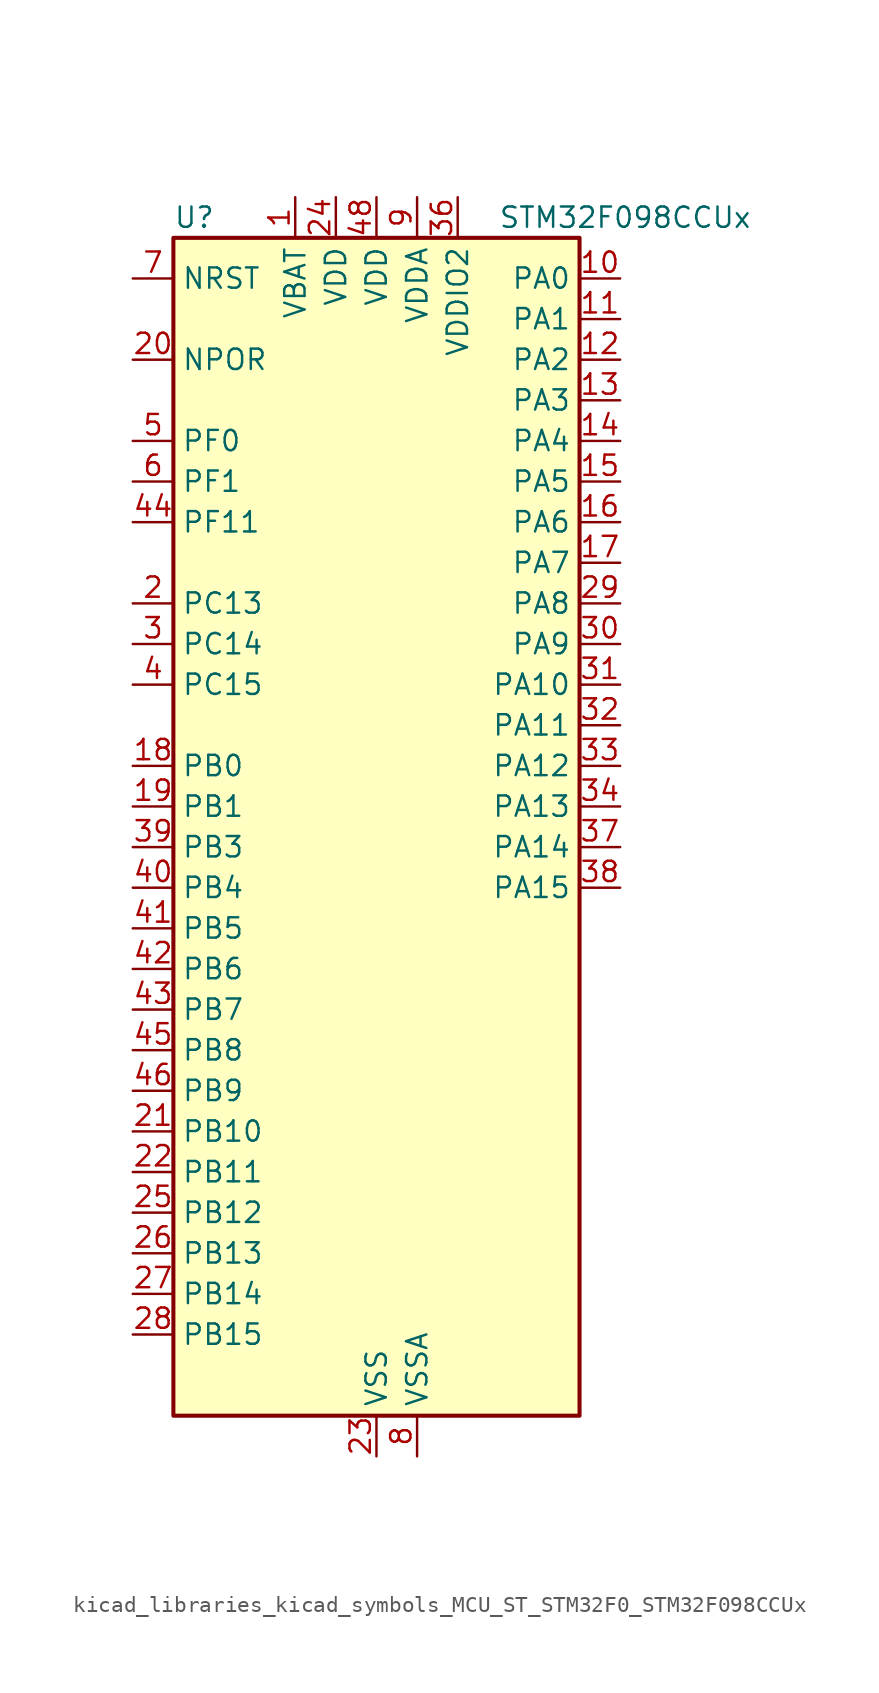
<source format=kicad_sym>
(kicad_symbol_lib
  (version 20220914)
  (generator kicad_symbol_editor)
  (symbol "kicad_libraries_kicad_symbols_MCU_ST_STM32F0_STM32F098CCUx"
    (property "Reference" "U"
      (at -12.7 39.37 0)
      (effects (font (size 1.27 1.27)) (justify left)))
    (property "Value" "STM32F098CCUx"
      (at 7.62 39.37 0)
      (effects (font (size 1.27 1.27)) (justify left)))
    (property "ki_locked" ""
      (at 0 0 0)
      (effects (font (size 1.27 1.27))))
    (symbol "kicad_libraries_kicad_symbols_MCU_ST_STM32F0_STM32F098CCUx_0_1"
      (rectangle (start -12.7 -35.56) (end 12.7 38.1) (stroke (width 0.254) (type default)) (fill (type background))))
    (symbol "kicad_libraries_kicad_symbols_MCU_ST_STM32F0_STM32F098CCUx_1_1"
      (pin power_in line (at -5.08 40.64 270) (length 2.54) (name "VBAT" (effects (font (size 1.27 1.27)))) (number "1" (effects (font (size 1.27 1.27)))))
      (pin bidirectional line (at 15.24 35.56 180) (length 2.54) (name "PA0" (effects (font (size 1.27 1.27)))) (number "10" (effects (font (size 1.27 1.27)))) (alternate "ADC_IN0" bidirectional line) (alternate "COMP1_INM" bidirectional line) (alternate "COMP1_OUT" bidirectional line) (alternate "RTC_TAMP2" bidirectional line) (alternate "SYS_WKUP1" bidirectional line) (alternate "TIM2_CH1" bidirectional line) (alternate "TIM2_ETR" bidirectional line) (alternate "TSC_G1_IO1" bidirectional line) (alternate "USART2_CTS" bidirectional line) (alternate "USART4_TX" bidirectional line))
      (pin bidirectional line (at 15.24 33.02 180) (length 2.54) (name "PA1" (effects (font (size 1.27 1.27)))) (number "11" (effects (font (size 1.27 1.27)))) (alternate "ADC_IN1" bidirectional line) (alternate "COMP1_INP" bidirectional line) (alternate "TIM15_CH1N" bidirectional line) (alternate "TIM2_CH2" bidirectional line) (alternate "TSC_G1_IO2" bidirectional line) (alternate "USART2_DE" bidirectional line) (alternate "USART2_RTS" bidirectional line) (alternate "USART4_RX" bidirectional line))
      (pin bidirectional line (at 15.24 30.48 180) (length 2.54) (name "PA2" (effects (font (size 1.27 1.27)))) (number "12" (effects (font (size 1.27 1.27)))) (alternate "ADC_IN2" bidirectional line) (alternate "COMP2_INM" bidirectional line) (alternate "COMP2_OUT" bidirectional line) (alternate "SYS_WKUP4" bidirectional line) (alternate "TIM15_CH1" bidirectional line) (alternate "TIM2_CH3" bidirectional line) (alternate "TSC_G1_IO3" bidirectional line) (alternate "USART2_TX" bidirectional line))
      (pin bidirectional line (at 15.24 27.94 180) (length 2.54) (name "PA3" (effects (font (size 1.27 1.27)))) (number "13" (effects (font (size 1.27 1.27)))) (alternate "ADC_IN3" bidirectional line) (alternate "COMP2_INP" bidirectional line) (alternate "TIM15_CH2" bidirectional line) (alternate "TIM2_CH4" bidirectional line) (alternate "TSC_G1_IO4" bidirectional line) (alternate "USART2_RX" bidirectional line))
      (pin bidirectional line (at 15.24 25.4 180) (length 2.54) (name "PA4" (effects (font (size 1.27 1.27)))) (number "14" (effects (font (size 1.27 1.27)))) (alternate "ADC_IN4" bidirectional line) (alternate "COMP1_INM" bidirectional line) (alternate "COMP2_INM" bidirectional line) (alternate "DAC_OUT1" bidirectional line) (alternate "I2S1_WS" bidirectional line) (alternate "SPI1_NSS" bidirectional line) (alternate "TIM14_CH1" bidirectional line) (alternate "TSC_G2_IO1" bidirectional line) (alternate "USART2_CK" bidirectional line) (alternate "USART6_TX" bidirectional line))
      (pin bidirectional line (at 15.24 22.86 180) (length 2.54) (name "PA5" (effects (font (size 1.27 1.27)))) (number "15" (effects (font (size 1.27 1.27)))) (alternate "ADC_IN5" bidirectional line) (alternate "CEC" bidirectional line) (alternate "COMP1_INM" bidirectional line) (alternate "COMP2_INM" bidirectional line) (alternate "DAC_OUT2" bidirectional line) (alternate "I2S1_CK" bidirectional line) (alternate "SPI1_SCK" bidirectional line) (alternate "TIM2_CH1" bidirectional line) (alternate "TIM2_ETR" bidirectional line) (alternate "TSC_G2_IO2" bidirectional line) (alternate "USART6_RX" bidirectional line))
      (pin bidirectional line (at 15.24 20.32 180) (length 2.54) (name "PA6" (effects (font (size 1.27 1.27)))) (number "16" (effects (font (size 1.27 1.27)))) (alternate "ADC_IN6" bidirectional line) (alternate "COMP1_OUT" bidirectional line) (alternate "I2S1_MCK" bidirectional line) (alternate "SPI1_MISO" bidirectional line) (alternate "TIM16_CH1" bidirectional line) (alternate "TIM1_BKIN" bidirectional line) (alternate "TIM3_CH1" bidirectional line) (alternate "TSC_G2_IO3" bidirectional line) (alternate "USART3_CTS" bidirectional line))
      (pin bidirectional line (at 15.24 17.78 180) (length 2.54) (name "PA7" (effects (font (size 1.27 1.27)))) (number "17" (effects (font (size 1.27 1.27)))) (alternate "ADC_IN7" bidirectional line) (alternate "COMP2_OUT" bidirectional line) (alternate "I2S1_SD" bidirectional line) (alternate "SPI1_MOSI" bidirectional line) (alternate "TIM14_CH1" bidirectional line) (alternate "TIM17_CH1" bidirectional line) (alternate "TIM1_CH1N" bidirectional line) (alternate "TIM3_CH2" bidirectional line) (alternate "TSC_G2_IO4" bidirectional line))
      (pin bidirectional line (at -15.24 5.08 0) (length 2.54) (name "PB0" (effects (font (size 1.27 1.27)))) (number "18" (effects (font (size 1.27 1.27)))) (alternate "ADC_IN8" bidirectional line) (alternate "TIM1_CH2N" bidirectional line) (alternate "TIM3_CH3" bidirectional line) (alternate "TSC_G3_IO2" bidirectional line) (alternate "USART3_CK" bidirectional line))
      (pin bidirectional line (at -15.24 2.54 0) (length 2.54) (name "PB1" (effects (font (size 1.27 1.27)))) (number "19" (effects (font (size 1.27 1.27)))) (alternate "ADC_IN9" bidirectional line) (alternate "TIM14_CH1" bidirectional line) (alternate "TIM1_CH3N" bidirectional line) (alternate "TIM3_CH4" bidirectional line) (alternate "TSC_G3_IO3" bidirectional line) (alternate "USART3_DE" bidirectional line) (alternate "USART3_RTS" bidirectional line))
      (pin bidirectional line (at -15.24 15.24 0) (length 2.54) (name "PC13" (effects (font (size 1.27 1.27)))) (number "2" (effects (font (size 1.27 1.27)))) (alternate "RTC_OUT_ALARM" bidirectional line) (alternate "RTC_OUT_CALIB" bidirectional line) (alternate "RTC_TAMP1" bidirectional line) (alternate "RTC_TS" bidirectional line) (alternate "SYS_WKUP2" bidirectional line))
      (pin input line (at -15.24 30.48 0) (length 2.54) (name "NPOR" (effects (font (size 1.27 1.27)))) (number "20" (effects (font (size 1.27 1.27)))))
      (pin bidirectional line (at -15.24 -17.78 0) (length 2.54) (name "PB10" (effects (font (size 1.27 1.27)))) (number "21" (effects (font (size 1.27 1.27)))) (alternate "CEC" bidirectional line) (alternate "I2C2_SCL" bidirectional line) (alternate "I2S2_CK" bidirectional line) (alternate "SPI2_SCK" bidirectional line) (alternate "TIM2_CH3" bidirectional line) (alternate "TSC_SYNC" bidirectional line) (alternate "USART3_TX" bidirectional line))
      (pin bidirectional line (at -15.24 -20.32 0) (length 2.54) (name "PB11" (effects (font (size 1.27 1.27)))) (number "22" (effects (font (size 1.27 1.27)))) (alternate "I2C2_SDA" bidirectional line) (alternate "TIM2_CH4" bidirectional line) (alternate "TSC_G6_IO1" bidirectional line) (alternate "USART3_RX" bidirectional line))
      (pin power_in line (at 0 -38.1 90) (length 2.54) (name "VSS" (effects (font (size 1.27 1.27)))) (number "23" (effects (font (size 1.27 1.27)))))
      (pin power_in line (at -2.54 40.64 270) (length 2.54) (name "VDD" (effects (font (size 1.27 1.27)))) (number "24" (effects (font (size 1.27 1.27)))))
      (pin bidirectional line (at -15.24 -22.86 0) (length 2.54) (name "PB12" (effects (font (size 1.27 1.27)))) (number "25" (effects (font (size 1.27 1.27)))) (alternate "I2S2_WS" bidirectional line) (alternate "SPI2_NSS" bidirectional line) (alternate "TIM15_BKIN" bidirectional line) (alternate "TIM1_BKIN" bidirectional line) (alternate "TSC_G6_IO2" bidirectional line) (alternate "USART3_CK" bidirectional line))
      (pin bidirectional line (at -15.24 -25.4 0) (length 2.54) (name "PB13" (effects (font (size 1.27 1.27)))) (number "26" (effects (font (size 1.27 1.27)))) (alternate "I2C2_SCL" bidirectional line) (alternate "I2S2_CK" bidirectional line) (alternate "SPI2_SCK" bidirectional line) (alternate "TIM1_CH1N" bidirectional line) (alternate "TSC_G6_IO3" bidirectional line) (alternate "USART3_CTS" bidirectional line))
      (pin bidirectional line (at -15.24 -27.94 0) (length 2.54) (name "PB14" (effects (font (size 1.27 1.27)))) (number "27" (effects (font (size 1.27 1.27)))) (alternate "I2C2_SDA" bidirectional line) (alternate "I2S2_MCK" bidirectional line) (alternate "SPI2_MISO" bidirectional line) (alternate "TIM15_CH1" bidirectional line) (alternate "TIM1_CH2N" bidirectional line) (alternate "TSC_G6_IO4" bidirectional line) (alternate "USART3_DE" bidirectional line) (alternate "USART3_RTS" bidirectional line))
      (pin bidirectional line (at -15.24 -30.48 0) (length 2.54) (name "PB15" (effects (font (size 1.27 1.27)))) (number "28" (effects (font (size 1.27 1.27)))) (alternate "I2S2_SD" bidirectional line) (alternate "RTC_REFIN" bidirectional line) (alternate "SPI2_MOSI" bidirectional line) (alternate "SYS_WKUP7" bidirectional line) (alternate "TIM15_CH1N" bidirectional line) (alternate "TIM15_CH2" bidirectional line) (alternate "TIM1_CH3N" bidirectional line))
      (pin bidirectional line (at 15.24 15.24 180) (length 2.54) (name "PA8" (effects (font (size 1.27 1.27)))) (number "29" (effects (font (size 1.27 1.27)))) (alternate "CRS_SYNC" bidirectional line) (alternate "RCC_MCO" bidirectional line) (alternate "TIM1_CH1" bidirectional line) (alternate "USART1_CK" bidirectional line))
      (pin bidirectional line (at -15.24 12.7 0) (length 2.54) (name "PC14" (effects (font (size 1.27 1.27)))) (number "3" (effects (font (size 1.27 1.27)))) (alternate "RCC_OSC32_IN" bidirectional line))
      (pin bidirectional line (at 15.24 12.7 180) (length 2.54) (name "PA9" (effects (font (size 1.27 1.27)))) (number "30" (effects (font (size 1.27 1.27)))) (alternate "DAC_EXTI9" bidirectional line) (alternate "I2C1_SCL" bidirectional line) (alternate "RCC_MCO" bidirectional line) (alternate "TIM15_BKIN" bidirectional line) (alternate "TIM1_CH2" bidirectional line) (alternate "TSC_G4_IO1" bidirectional line) (alternate "USART1_TX" bidirectional line))
      (pin bidirectional line (at 15.24 10.16 180) (length 2.54) (name "PA10" (effects (font (size 1.27 1.27)))) (number "31" (effects (font (size 1.27 1.27)))) (alternate "I2C1_SDA" bidirectional line) (alternate "TIM17_BKIN" bidirectional line) (alternate "TIM1_CH3" bidirectional line) (alternate "TSC_G4_IO2" bidirectional line) (alternate "USART1_RX" bidirectional line))
      (pin bidirectional line (at 15.24 7.62 180) (length 2.54) (name "PA11" (effects (font (size 1.27 1.27)))) (number "32" (effects (font (size 1.27 1.27)))) (alternate "CAN_RX" bidirectional line) (alternate "COMP1_OUT" bidirectional line) (alternate "I2C2_SCL" bidirectional line) (alternate "TIM1_CH4" bidirectional line) (alternate "TSC_G4_IO3" bidirectional line) (alternate "USART1_CTS" bidirectional line))
      (pin bidirectional line (at 15.24 5.08 180) (length 2.54) (name "PA12" (effects (font (size 1.27 1.27)))) (number "33" (effects (font (size 1.27 1.27)))) (alternate "CAN_TX" bidirectional line) (alternate "COMP2_OUT" bidirectional line) (alternate "I2C2_SDA" bidirectional line) (alternate "TIM1_ETR" bidirectional line) (alternate "TSC_G4_IO4" bidirectional line) (alternate "USART1_DE" bidirectional line) (alternate "USART1_RTS" bidirectional line))
      (pin bidirectional line (at 15.24 2.54 180) (length 2.54) (name "PA13" (effects (font (size 1.27 1.27)))) (number "34" (effects (font (size 1.27 1.27)))) (alternate "IR_OUT" bidirectional line) (alternate "SYS_SWDIO" bidirectional line))
      (pin passive line (at 0 -38.1 90) (length 2.54) hide (name "VSS" (effects (font (size 1.27 1.27)))) (number "35" (effects (font (size 1.27 1.27)))))
      (pin power_in line (at 5.08 40.64 270) (length 2.54) (name "VDDIO2" (effects (font (size 1.27 1.27)))) (number "36" (effects (font (size 1.27 1.27)))))
      (pin bidirectional line (at 15.24 0 180) (length 2.54) (name "PA14" (effects (font (size 1.27 1.27)))) (number "37" (effects (font (size 1.27 1.27)))) (alternate "SYS_SWCLK" bidirectional line) (alternate "USART2_TX" bidirectional line))
      (pin bidirectional line (at 15.24 -2.54 180) (length 2.54) (name "PA15" (effects (font (size 1.27 1.27)))) (number "38" (effects (font (size 1.27 1.27)))) (alternate "I2S1_WS" bidirectional line) (alternate "SPI1_NSS" bidirectional line) (alternate "TIM2_CH1" bidirectional line) (alternate "TIM2_ETR" bidirectional line) (alternate "USART2_RX" bidirectional line) (alternate "USART4_DE" bidirectional line) (alternate "USART4_RTS" bidirectional line))
      (pin bidirectional line (at -15.24 0 0) (length 2.54) (name "PB3" (effects (font (size 1.27 1.27)))) (number "39" (effects (font (size 1.27 1.27)))) (alternate "I2S1_CK" bidirectional line) (alternate "SPI1_SCK" bidirectional line) (alternate "TIM2_CH2" bidirectional line) (alternate "TSC_G5_IO1" bidirectional line) (alternate "USART5_TX" bidirectional line))
      (pin bidirectional line (at -15.24 10.16 0) (length 2.54) (name "PC15" (effects (font (size 1.27 1.27)))) (number "4" (effects (font (size 1.27 1.27)))) (alternate "RCC_OSC32_OUT" bidirectional line))
      (pin bidirectional line (at -15.24 -2.54 0) (length 2.54) (name "PB4" (effects (font (size 1.27 1.27)))) (number "40" (effects (font (size 1.27 1.27)))) (alternate "I2S1_MCK" bidirectional line) (alternate "SPI1_MISO" bidirectional line) (alternate "TIM17_BKIN" bidirectional line) (alternate "TIM3_CH1" bidirectional line) (alternate "TSC_G5_IO2" bidirectional line) (alternate "USART5_RX" bidirectional line))
      (pin bidirectional line (at -15.24 -5.08 0) (length 2.54) (name "PB5" (effects (font (size 1.27 1.27)))) (number "41" (effects (font (size 1.27 1.27)))) (alternate "I2C1_SMBA" bidirectional line) (alternate "I2S1_SD" bidirectional line) (alternate "SPI1_MOSI" bidirectional line) (alternate "SYS_WKUP6" bidirectional line) (alternate "TIM16_BKIN" bidirectional line) (alternate "TIM3_CH2" bidirectional line) (alternate "USART5_CK" bidirectional line) (alternate "USART5_DE" bidirectional line) (alternate "USART5_RTS" bidirectional line))
      (pin bidirectional line (at -15.24 -7.62 0) (length 2.54) (name "PB6" (effects (font (size 1.27 1.27)))) (number "42" (effects (font (size 1.27 1.27)))) (alternate "I2C1_SCL" bidirectional line) (alternate "TIM16_CH1N" bidirectional line) (alternate "TSC_G5_IO3" bidirectional line) (alternate "USART1_TX" bidirectional line))
      (pin bidirectional line (at -15.24 -10.16 0) (length 2.54) (name "PB7" (effects (font (size 1.27 1.27)))) (number "43" (effects (font (size 1.27 1.27)))) (alternate "I2C1_SDA" bidirectional line) (alternate "TIM17_CH1N" bidirectional line) (alternate "TSC_G5_IO4" bidirectional line) (alternate "USART1_RX" bidirectional line) (alternate "USART4_CTS" bidirectional line))
      (pin bidirectional line (at -15.24 20.32 0) (length 2.54) (name "PF11" (effects (font (size 1.27 1.27)))) (number "44" (effects (font (size 1.27 1.27)))))
      (pin bidirectional line (at -15.24 -12.7 0) (length 2.54) (name "PB8" (effects (font (size 1.27 1.27)))) (number "45" (effects (font (size 1.27 1.27)))) (alternate "CAN_RX" bidirectional line) (alternate "CEC" bidirectional line) (alternate "I2C1_SCL" bidirectional line) (alternate "TIM16_CH1" bidirectional line) (alternate "TSC_SYNC" bidirectional line))
      (pin bidirectional line (at -15.24 -15.24 0) (length 2.54) (name "PB9" (effects (font (size 1.27 1.27)))) (number "46" (effects (font (size 1.27 1.27)))) (alternate "CAN_TX" bidirectional line) (alternate "DAC_EXTI9" bidirectional line) (alternate "I2C1_SDA" bidirectional line) (alternate "I2S2_WS" bidirectional line) (alternate "IR_OUT" bidirectional line) (alternate "SPI2_NSS" bidirectional line) (alternate "TIM17_CH1" bidirectional line))
      (pin passive line (at 0 -38.1 90) (length 2.54) hide (name "VSS" (effects (font (size 1.27 1.27)))) (number "47" (effects (font (size 1.27 1.27)))))
      (pin power_in line (at 0 40.64 270) (length 2.54) (name "VDD" (effects (font (size 1.27 1.27)))) (number "48" (effects (font (size 1.27 1.27)))))
      (pin passive line (at 0 -38.1 90) (length 2.54) hide (name "VSS" (effects (font (size 1.27 1.27)))) (number "49" (effects (font (size 1.27 1.27)))))
      (pin bidirectional line (at -15.24 25.4 0) (length 2.54) (name "PF0" (effects (font (size 1.27 1.27)))) (number "5" (effects (font (size 1.27 1.27)))) (alternate "CRS_SYNC" bidirectional line) (alternate "I2C1_SDA" bidirectional line) (alternate "RCC_OSC_IN" bidirectional line))
      (pin bidirectional line (at -15.24 22.86 0) (length 2.54) (name "PF1" (effects (font (size 1.27 1.27)))) (number "6" (effects (font (size 1.27 1.27)))) (alternate "I2C1_SCL" bidirectional line) (alternate "RCC_OSC_OUT" bidirectional line))
      (pin input line (at -15.24 35.56 0) (length 2.54) (name "NRST" (effects (font (size 1.27 1.27)))) (number "7" (effects (font (size 1.27 1.27)))))
      (pin power_in line (at 2.54 -38.1 90) (length 2.54) (name "VSSA" (effects (font (size 1.27 1.27)))) (number "8" (effects (font (size 1.27 1.27)))))
      (pin power_in line (at 2.54 40.64 270) (length 2.54) (name "VDDA" (effects (font (size 1.27 1.27)))) (number "9" (effects (font (size 1.27 1.27))))))))
</source>
